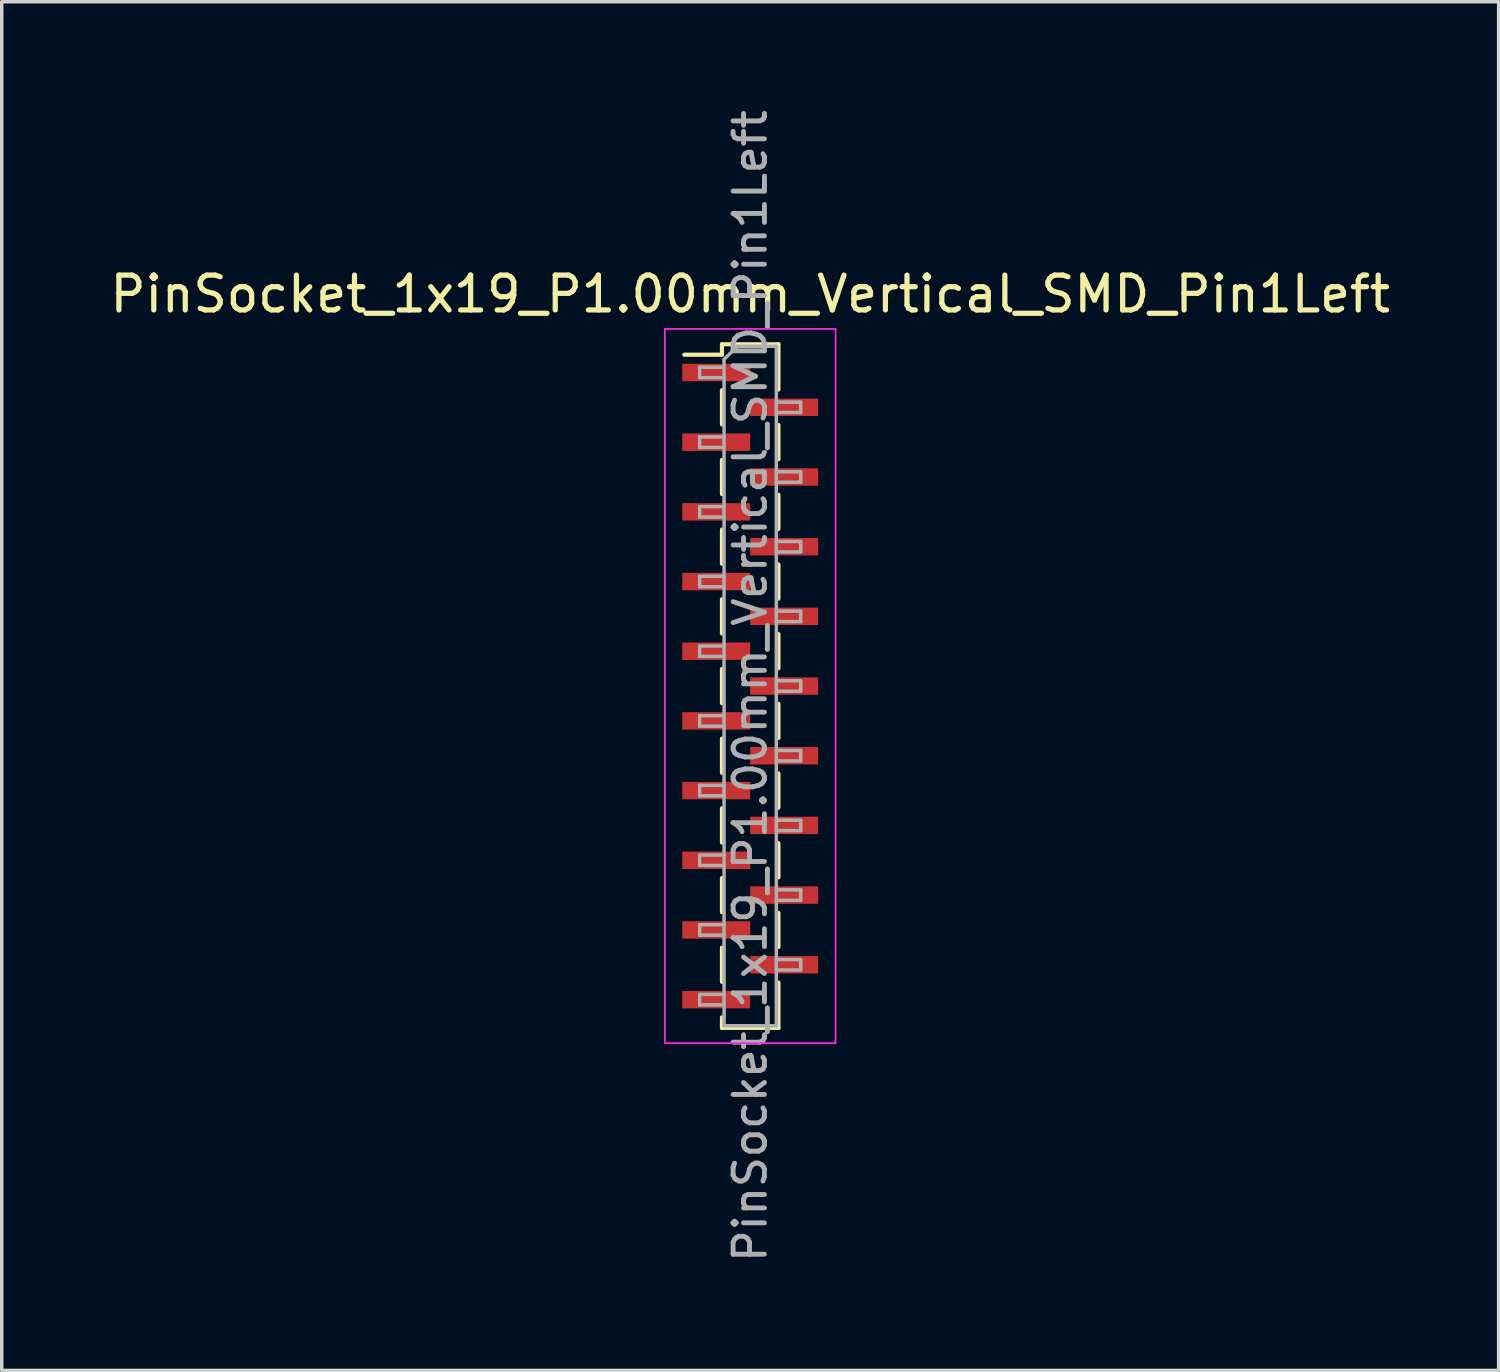
<source format=kicad_pcb>
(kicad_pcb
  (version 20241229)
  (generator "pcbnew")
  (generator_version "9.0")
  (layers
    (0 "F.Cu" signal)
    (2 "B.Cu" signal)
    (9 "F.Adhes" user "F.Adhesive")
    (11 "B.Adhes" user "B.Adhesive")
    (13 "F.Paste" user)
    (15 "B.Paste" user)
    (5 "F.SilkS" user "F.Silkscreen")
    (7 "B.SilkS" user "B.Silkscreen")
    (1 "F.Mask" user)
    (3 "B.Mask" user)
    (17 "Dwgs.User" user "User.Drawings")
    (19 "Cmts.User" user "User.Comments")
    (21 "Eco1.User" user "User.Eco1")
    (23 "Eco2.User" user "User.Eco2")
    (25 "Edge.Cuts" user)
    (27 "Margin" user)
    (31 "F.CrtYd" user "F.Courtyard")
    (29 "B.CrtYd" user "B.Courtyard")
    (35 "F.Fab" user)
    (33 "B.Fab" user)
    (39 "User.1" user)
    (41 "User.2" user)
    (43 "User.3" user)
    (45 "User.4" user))
  (footprint "PinSocket_1x19_P1.00mm_Vertical_SMD_Pin1Left"
    (layer "F.Cu")
    (at 18.482 16.641)
    (property "Reference" "PinSocket_1x19_P1.00mm_Vertical_SMD_Pin1Left" (at 0 -11.25 0) (layer "F.SilkS") (effects (font (size 1 1) (thickness 0.15))))
    (attr smd)
    (fp_line (start -1.89 -9.51) (end -0.81 -9.51) (stroke (width 0.12) (type solid)) (layer "F.SilkS"))
    (fp_line (start -0.81 -9.81) (end -0.81 -9.51) (stroke (width 0.12) (type solid)) (layer "F.SilkS"))
    (fp_line (start -0.81 -9.81) (end 0.81 -9.81) (stroke (width 0.12) (type solid)) (layer "F.SilkS"))
    (fp_line (start -0.81 -8.49) (end -0.81 -7.51) (stroke (width 0.12) (type solid)) (layer "F.SilkS"))
    (fp_line (start -0.81 -6.49) (end -0.81 -5.51) (stroke (width 0.12) (type solid)) (layer "F.SilkS"))
    (fp_line (start -0.81 -4.49) (end -0.81 -3.51) (stroke (width 0.12) (type solid)) (layer "F.SilkS"))
    (fp_line (start -0.81 -2.49) (end -0.81 -1.51) (stroke (width 0.12) (type solid)) (layer "F.SilkS"))
    (fp_line (start -0.81 -0.49) (end -0.81 0.49) (stroke (width 0.12) (type solid)) (layer "F.SilkS"))
    (fp_line (start -0.81 1.51) (end -0.81 2.49) (stroke (width 0.12) (type solid)) (layer "F.SilkS"))
    (fp_line (start -0.81 3.51) (end -0.81 4.49) (stroke (width 0.12) (type solid)) (layer "F.SilkS"))
    (fp_line (start -0.81 5.51) (end -0.81 6.49) (stroke (width 0.12) (type solid)) (layer "F.SilkS"))
    (fp_line (start -0.81 7.51) (end -0.81 8.49) (stroke (width 0.12) (type solid)) (layer "F.SilkS"))
    (fp_line (start -0.81 9.51) (end -0.81 9.81) (stroke (width 0.12) (type solid)) (layer "F.SilkS"))
    (fp_line (start -0.81 9.81) (end 0.81 9.81) (stroke (width 0.12) (type solid)) (layer "F.SilkS"))
    (fp_line (start 0.81 -9.81) (end 0.81 -8.51) (stroke (width 0.12) (type solid)) (layer "F.SilkS"))
    (fp_line (start 0.81 -7.49) (end 0.81 -6.51) (stroke (width 0.12) (type solid)) (layer "F.SilkS"))
    (fp_line (start 0.81 -5.49) (end 0.81 -4.51) (stroke (width 0.12) (type solid)) (layer "F.SilkS"))
    (fp_line (start 0.81 -3.49) (end 0.81 -2.51) (stroke (width 0.12) (type solid)) (layer "F.SilkS"))
    (fp_line (start 0.81 -1.49) (end 0.81 -0.51) (stroke (width 0.12) (type solid)) (layer "F.SilkS"))
    (fp_line (start 0.81 0.51) (end 0.81 1.49) (stroke (width 0.12) (type solid)) (layer "F.SilkS"))
    (fp_line (start 0.81 2.51) (end 0.81 3.49) (stroke (width 0.12) (type solid)) (layer "F.SilkS"))
    (fp_line (start 0.81 4.51) (end 0.81 5.49) (stroke (width 0.12) (type solid)) (layer "F.SilkS"))
    (fp_line (start 0.81 6.51) (end 0.81 7.49) (stroke (width 0.12) (type solid)) (layer "F.SilkS"))
    (fp_line (start 0.81 8.51) (end 0.81 9.81) (stroke (width 0.12) (type solid)) (layer "F.SilkS"))
    (fp_line (start -2.45 -10.25) (end 2.45 -10.25) (stroke (width 0.05) (type solid)) (layer "F.CrtYd"))
    (fp_line (start -2.45 10.25) (end -2.45 -10.25) (stroke (width 0.05) (type solid)) (layer "F.CrtYd"))
    (fp_line (start 2.45 -10.25) (end 2.45 10.25) (stroke (width 0.05) (type solid)) (layer "F.CrtYd"))
    (fp_line (start 2.45 10.25) (end -2.45 10.25) (stroke (width 0.05) (type solid)) (layer "F.CrtYd"))
    (fp_line (start -1.45 -9.15) (end -0.75 -9.15) (stroke (width 0.1) (type solid)) (layer "F.Fab"))
    (fp_line (start -1.45 -8.85) (end -1.45 -9.15) (stroke (width 0.1) (type solid)) (layer "F.Fab"))
    (fp_line (start -1.45 -7.15) (end -0.75 -7.15) (stroke (width 0.1) (type solid)) (layer "F.Fab"))
    (fp_line (start -1.45 -6.85) (end -1.45 -7.15) (stroke (width 0.1) (type solid)) (layer "F.Fab"))
    (fp_line (start -1.45 -5.15) (end -0.75 -5.15) (stroke (width 0.1) (type solid)) (layer "F.Fab"))
    (fp_line (start -1.45 -4.85) (end -1.45 -5.15) (stroke (width 0.1) (type solid)) (layer "F.Fab"))
    (fp_line (start -1.45 -3.15) (end -0.75 -3.15) (stroke (width 0.1) (type solid)) (layer "F.Fab"))
    (fp_line (start -1.45 -2.85) (end -1.45 -3.15) (stroke (width 0.1) (type solid)) (layer "F.Fab"))
    (fp_line (start -1.45 -1.15) (end -0.75 -1.15) (stroke (width 0.1) (type solid)) (layer "F.Fab"))
    (fp_line (start -1.45 -0.85) (end -1.45 -1.15) (stroke (width 0.1) (type solid)) (layer "F.Fab"))
    (fp_line (start -1.45 0.85) (end -0.75 0.85) (stroke (width 0.1) (type solid)) (layer "F.Fab"))
    (fp_line (start -1.45 1.15) (end -1.45 0.85) (stroke (width 0.1) (type solid)) (layer "F.Fab"))
    (fp_line (start -1.45 2.85) (end -0.75 2.85) (stroke (width 0.1) (type solid)) (layer "F.Fab"))
    (fp_line (start -1.45 3.15) (end -1.45 2.85) (stroke (width 0.1) (type solid)) (layer "F.Fab"))
    (fp_line (start -1.45 4.85) (end -0.75 4.85) (stroke (width 0.1) (type solid)) (layer "F.Fab"))
    (fp_line (start -1.45 5.15) (end -1.45 4.85) (stroke (width 0.1) (type solid)) (layer "F.Fab"))
    (fp_line (start -1.45 6.85) (end -0.75 6.85) (stroke (width 0.1) (type solid)) (layer "F.Fab"))
    (fp_line (start -1.45 7.15) (end -1.45 6.85) (stroke (width 0.1) (type solid)) (layer "F.Fab"))
    (fp_line (start -1.45 8.85) (end -0.75 8.85) (stroke (width 0.1) (type solid)) (layer "F.Fab"))
    (fp_line (start -1.45 9.15) (end -1.45 8.85) (stroke (width 0.1) (type solid)) (layer "F.Fab"))
    (fp_line (start -0.75 -9.375) (end -0.375 -9.75) (stroke (width 0.1) (type solid)) (layer "F.Fab"))
    (fp_line (start -0.75 -8.85) (end -1.45 -8.85) (stroke (width 0.1) (type solid)) (layer "F.Fab"))
    (fp_line (start -0.75 -6.85) (end -1.45 -6.85) (stroke (width 0.1) (type solid)) (layer "F.Fab"))
    (fp_line (start -0.75 -4.85) (end -1.45 -4.85) (stroke (width 0.1) (type solid)) (layer "F.Fab"))
    (fp_line (start -0.75 -2.85) (end -1.45 -2.85) (stroke (width 0.1) (type solid)) (layer "F.Fab"))
    (fp_line (start -0.75 -0.85) (end -1.45 -0.85) (stroke (width 0.1) (type solid)) (layer "F.Fab"))
    (fp_line (start -0.75 1.15) (end -1.45 1.15) (stroke (width 0.1) (type solid)) (layer "F.Fab"))
    (fp_line (start -0.75 3.15) (end -1.45 3.15) (stroke (width 0.1) (type solid)) (layer "F.Fab"))
    (fp_line (start -0.75 5.15) (end -1.45 5.15) (stroke (width 0.1) (type solid)) (layer "F.Fab"))
    (fp_line (start -0.75 7.15) (end -1.45 7.15) (stroke (width 0.1) (type solid)) (layer "F.Fab"))
    (fp_line (start -0.75 9.15) (end -1.45 9.15) (stroke (width 0.1) (type solid)) (layer "F.Fab"))
    (fp_line (start -0.75 9.75) (end -0.75 -9.375) (stroke (width 0.1) (type solid)) (layer "F.Fab"))
    (fp_line (start -0.375 -9.75) (end 0.75 -9.75) (stroke (width 0.1) (type solid)) (layer "F.Fab"))
    (fp_line (start 0.75 -9.75) (end 0.75 9.75) (stroke (width 0.1) (type solid)) (layer "F.Fab"))
    (fp_line (start 0.75 -8.15) (end 1.45 -8.15) (stroke (width 0.1) (type solid)) (layer "F.Fab"))
    (fp_line (start 0.75 -6.15) (end 1.45 -6.15) (stroke (width 0.1) (type solid)) (layer "F.Fab"))
    (fp_line (start 0.75 -4.15) (end 1.45 -4.15) (stroke (width 0.1) (type solid)) (layer "F.Fab"))
    (fp_line (start 0.75 -2.15) (end 1.45 -2.15) (stroke (width 0.1) (type solid)) (layer "F.Fab"))
    (fp_line (start 0.75 -0.15) (end 1.45 -0.15) (stroke (width 0.1) (type solid)) (layer "F.Fab"))
    (fp_line (start 0.75 1.85) (end 1.45 1.85) (stroke (width 0.1) (type solid)) (layer "F.Fab"))
    (fp_line (start 0.75 3.85) (end 1.45 3.85) (stroke (width 0.1) (type solid)) (layer "F.Fab"))
    (fp_line (start 0.75 5.85) (end 1.45 5.85) (stroke (width 0.1) (type solid)) (layer "F.Fab"))
    (fp_line (start 0.75 7.85) (end 1.45 7.85) (stroke (width 0.1) (type solid)) (layer "F.Fab"))
    (fp_line (start 0.75 9.75) (end -0.75 9.75) (stroke (width 0.1) (type solid)) (layer "F.Fab"))
    (fp_line (start 1.45 -8.15) (end 1.45 -7.85) (stroke (width 0.1) (type solid)) (layer "F.Fab"))
    (fp_line (start 1.45 -7.85) (end 0.75 -7.85) (stroke (width 0.1) (type solid)) (layer "F.Fab"))
    (fp_line (start 1.45 -6.15) (end 1.45 -5.85) (stroke (width 0.1) (type solid)) (layer "F.Fab"))
    (fp_line (start 1.45 -5.85) (end 0.75 -5.85) (stroke (width 0.1) (type solid)) (layer "F.Fab"))
    (fp_line (start 1.45 -4.15) (end 1.45 -3.85) (stroke (width 0.1) (type solid)) (layer "F.Fab"))
    (fp_line (start 1.45 -3.85) (end 0.75 -3.85) (stroke (width 0.1) (type solid)) (layer "F.Fab"))
    (fp_line (start 1.45 -2.15) (end 1.45 -1.85) (stroke (width 0.1) (type solid)) (layer "F.Fab"))
    (fp_line (start 1.45 -1.85) (end 0.75 -1.85) (stroke (width 0.1) (type solid)) (layer "F.Fab"))
    (fp_line (start 1.45 -0.15) (end 1.45 0.15) (stroke (width 0.1) (type solid)) (layer "F.Fab"))
    (fp_line (start 1.45 0.15) (end 0.75 0.15) (stroke (width 0.1) (type solid)) (layer "F.Fab"))
    (fp_line (start 1.45 1.85) (end 1.45 2.15) (stroke (width 0.1) (type solid)) (layer "F.Fab"))
    (fp_line (start 1.45 2.15) (end 0.75 2.15) (stroke (width 0.1) (type solid)) (layer "F.Fab"))
    (fp_line (start 1.45 3.85) (end 1.45 4.15) (stroke (width 0.1) (type solid)) (layer "F.Fab"))
    (fp_line (start 1.45 4.15) (end 0.75 4.15) (stroke (width 0.1) (type solid)) (layer "F.Fab"))
    (fp_line (start 1.45 5.85) (end 1.45 6.15) (stroke (width 0.1) (type solid)) (layer "F.Fab"))
    (fp_line (start 1.45 6.15) (end 0.75 6.15) (stroke (width 0.1) (type solid)) (layer "F.Fab"))
    (fp_line (start 1.45 7.85) (end 1.45 8.15) (stroke (width 0.1) (type solid)) (layer "F.Fab"))
    (fp_line (start 1.45 8.15) (end 0.75 8.15) (stroke (width 0.1) (type solid)) (layer "F.Fab"))
    (fp_text user "${REFERENCE}" (at 0 0 90) (layer "F.Fab") (effects (font (size 0.9 0.9) (thickness 0.14))))
    (pad "1" smd rect (at -0.975 -9) (size 1.95 0.5) (layers "F.Cu" "F.Mask" "F.Paste"))
    (pad "2" smd rect (at 0.975 -8) (size 1.95 0.5) (layers "F.Cu" "F.Mask" "F.Paste"))
    (pad "3" smd rect (at -0.975 -7) (size 1.95 0.5) (layers "F.Cu" "F.Mask" "F.Paste"))
    (pad "4" smd rect (at 0.975 -6) (size 1.95 0.5) (layers "F.Cu" "F.Mask" "F.Paste"))
    (pad "5" smd rect (at -0.975 -5) (size 1.95 0.5) (layers "F.Cu" "F.Mask" "F.Paste"))
    (pad "6" smd rect (at 0.975 -4) (size 1.95 0.5) (layers "F.Cu" "F.Mask" "F.Paste"))
    (pad "7" smd rect (at -0.975 -3) (size 1.95 0.5) (layers "F.Cu" "F.Mask" "F.Paste"))
    (pad "8" smd rect (at 0.975 -2) (size 1.95 0.5) (layers "F.Cu" "F.Mask" "F.Paste"))
    (pad "9" smd rect (at -0.975 -1) (size 1.95 0.5) (layers "F.Cu" "F.Mask" "F.Paste"))
    (pad "10" smd rect (at 0.975 0) (size 1.95 0.5) (layers "F.Cu" "F.Mask" "F.Paste"))
    (pad "11" smd rect (at -0.975 1) (size 1.95 0.5) (layers "F.Cu" "F.Mask" "F.Paste"))
    (pad "12" smd rect (at 0.975 2) (size 1.95 0.5) (layers "F.Cu" "F.Mask" "F.Paste"))
    (pad "13" smd rect (at -0.975 3) (size 1.95 0.5) (layers "F.Cu" "F.Mask" "F.Paste"))
    (pad "14" smd rect (at 0.975 4) (size 1.95 0.5) (layers "F.Cu" "F.Mask" "F.Paste"))
    (pad "15" smd rect (at -0.975 5) (size 1.95 0.5) (layers "F.Cu" "F.Mask" "F.Paste"))
    (pad "16" smd rect (at 0.975 6) (size 1.95 0.5) (layers "F.Cu" "F.Mask" "F.Paste"))
    (pad "17" smd rect (at -0.975 7) (size 1.95 0.5) (layers "F.Cu" "F.Mask" "F.Paste"))
    (pad "18" smd rect (at 0.975 8) (size 1.95 0.5) (layers "F.Cu" "F.Mask" "F.Paste"))
    (pad "19" smd rect (at -0.975 9) (size 1.95 0.5) (layers "F.Cu" "F.Mask" "F.Paste")))
  (gr_rect
    (start -3 -3)
    (end 39.964 36.283)
    (stroke (width 0.1) (type default))
    (fill no)
    (layer "Edge.Cuts")))
</source>
